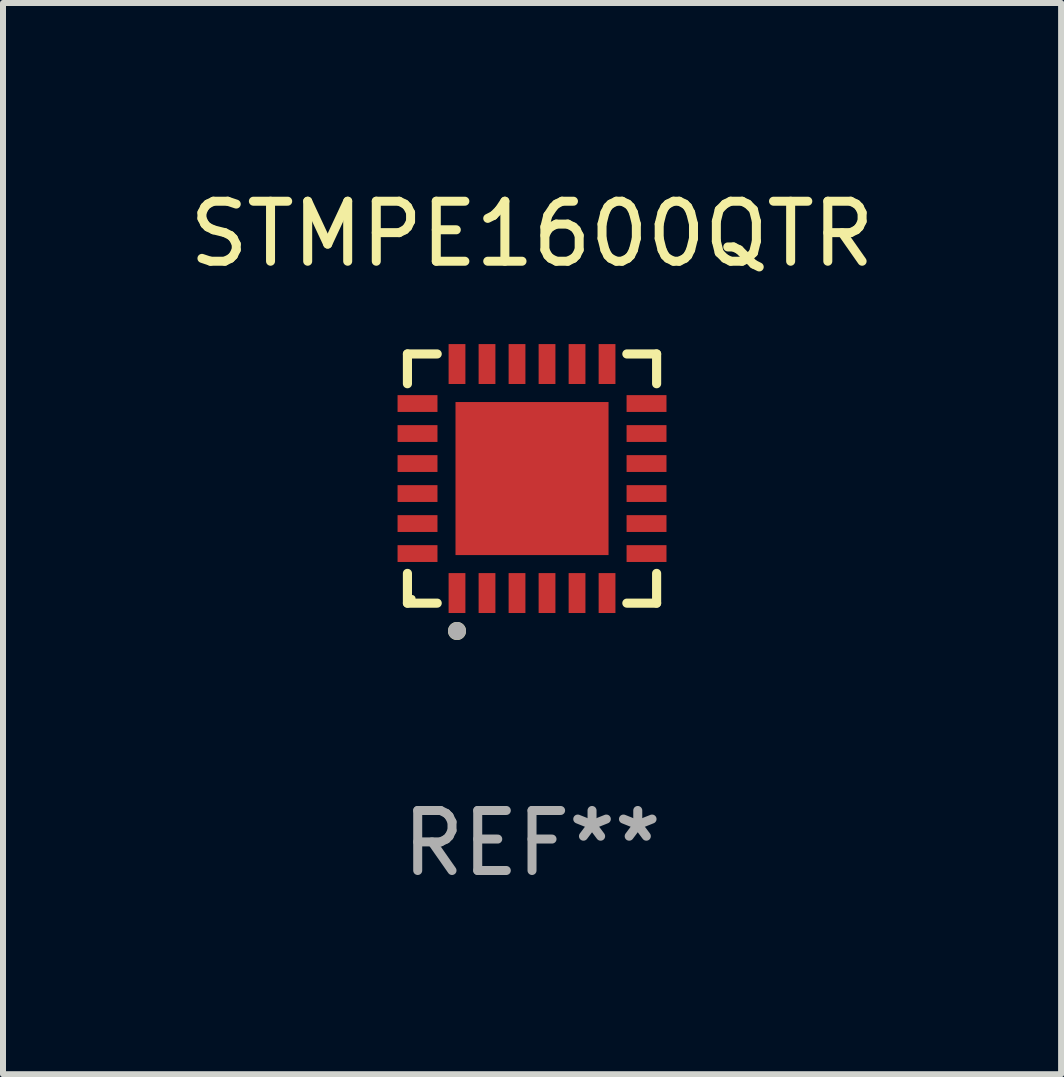
<source format=kicad_pcb>
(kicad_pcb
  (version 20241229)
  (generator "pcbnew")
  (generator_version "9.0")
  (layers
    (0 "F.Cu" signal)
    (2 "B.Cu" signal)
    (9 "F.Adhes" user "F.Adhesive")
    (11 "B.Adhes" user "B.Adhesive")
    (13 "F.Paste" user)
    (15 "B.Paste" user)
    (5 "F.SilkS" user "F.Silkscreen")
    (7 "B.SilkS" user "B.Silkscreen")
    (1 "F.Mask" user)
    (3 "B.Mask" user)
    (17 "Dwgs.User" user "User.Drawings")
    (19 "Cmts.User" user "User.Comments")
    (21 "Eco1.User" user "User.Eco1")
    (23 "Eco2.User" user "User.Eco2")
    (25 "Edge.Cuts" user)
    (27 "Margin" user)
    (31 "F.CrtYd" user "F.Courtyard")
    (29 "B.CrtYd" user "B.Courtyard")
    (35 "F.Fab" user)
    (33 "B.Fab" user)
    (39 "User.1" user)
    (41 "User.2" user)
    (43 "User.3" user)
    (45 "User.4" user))
  (footprint "STMPE1600QTR"
    (layer "F.Cu")
    (at 5.815 4.924)
    (property "Reference" "STMPE1600QTR" (at 0 -4.076 0) (layer "F.SilkS") (effects (font (size 1 1) (thickness 0.15))))
    (attr through_hole)
    (fp_line (start -2.076 -2.076) (end -1.58 -2.076) (stroke (width 0.152) (type solid)) (layer "F.SilkS"))
    (fp_line (start -2.076 -1.58) (end -2.076 -2.076) (stroke (width 0.152) (type solid)) (layer "F.SilkS"))
    (fp_line (start -2.076 1.58) (end -2.076 2.076) (stroke (width 0.152) (type solid)) (layer "F.SilkS"))
    (fp_line (start -2.076 2.076) (end -1.58 2.076) (stroke (width 0.152) (type solid)) (layer "F.SilkS"))
    (fp_line (start 2.076 -2.076) (end 1.58 -2.076) (stroke (width 0.152) (type solid)) (layer "F.SilkS"))
    (fp_line (start 2.076 -1.58) (end 2.076 -2.076) (stroke (width 0.152) (type solid)) (layer "F.SilkS"))
    (fp_line (start 2.076 1.58) (end 2.076 2.076) (stroke (width 0.152) (type solid)) (layer "F.SilkS"))
    (fp_line (start 2.076 2.076) (end 1.58 2.076) (stroke (width 0.152) (type solid)) (layer "F.SilkS"))
    (fp_circle (center -2 2) (end -1.97 2) (stroke (width 0.06) (type solid)) (fill no) (layer "F.SilkS"))
    (fp_circle (center -1.25 2.54) (end -1.175 2.54) (stroke (width 0.15) (type solid)) (fill no) (layer "F.SilkS"))
    (fp_circle (center -1.25 2.54) (end -1.175 2.54) (stroke (width 0.15) (type solid)) (fill no) (layer "F.Fab"))
    (fp_text user "REF**" (at 0 6.076 0) (layer "F.Fab") (effects (font (size 1 1) (thickness 0.15))))
    (pad "1" smd rect (at -1.25 1.908) (size 0.28 0.665) (layers "F.Cu" "F.Mask" "F.Paste"))
    (pad "2" smd rect (at -0.75 1.908) (size 0.28 0.665) (layers "F.Cu" "F.Mask" "F.Paste"))
    (pad "3" smd rect (at -0.25 1.908) (size 0.28 0.665) (layers "F.Cu" "F.Mask" "F.Paste"))
    (pad "4" smd rect (at 0.25 1.908) (size 0.28 0.665) (layers "F.Cu" "F.Mask" "F.Paste"))
    (pad "5" smd rect (at 0.75 1.908) (size 0.28 0.665) (layers "F.Cu" "F.Mask" "F.Paste"))
    (pad "6" smd rect (at 1.25 1.908) (size 0.28 0.665) (layers "F.Cu" "F.Mask" "F.Paste"))
    (pad "7" smd rect (at 1.908 1.25) (size 0.665 0.28) (layers "F.Cu" "F.Mask" "F.Paste"))
    (pad "8" smd rect (at 1.908 0.75) (size 0.665 0.28) (layers "F.Cu" "F.Mask" "F.Paste"))
    (pad "9" smd rect (at 1.908 0.25) (size 0.665 0.28) (layers "F.Cu" "F.Mask" "F.Paste"))
    (pad "10" smd rect (at 1.908 -0.25) (size 0.665 0.28) (layers "F.Cu" "F.Mask" "F.Paste"))
    (pad "11" smd rect (at 1.908 -0.75) (size 0.665 0.28) (layers "F.Cu" "F.Mask" "F.Paste"))
    (pad "12" smd rect (at 1.908 -1.25) (size 0.665 0.28) (layers "F.Cu" "F.Mask" "F.Paste"))
    (pad "13" smd rect (at 1.25 -1.908) (size 0.28 0.665) (layers "F.Cu" "F.Mask" "F.Paste"))
    (pad "14" smd rect (at 0.75 -1.908) (size 0.28 0.665) (layers "F.Cu" "F.Mask" "F.Paste"))
    (pad "15" smd rect (at 0.25 -1.908) (size 0.28 0.665) (layers "F.Cu" "F.Mask" "F.Paste"))
    (pad "16" smd rect (at -0.25 -1.908) (size 0.28 0.665) (layers "F.Cu" "F.Mask" "F.Paste"))
    (pad "17" smd rect (at -0.75 -1.908) (size 0.28 0.665) (layers "F.Cu" "F.Mask" "F.Paste"))
    (pad "18" smd rect (at -1.25 -1.908) (size 0.28 0.665) (layers "F.Cu" "F.Mask" "F.Paste"))
    (pad "19" smd rect (at -1.908 -1.25) (size 0.665 0.28) (layers "F.Cu" "F.Mask" "F.Paste"))
    (pad "20" smd rect (at -1.908 -0.75) (size 0.665 0.28) (layers "F.Cu" "F.Mask" "F.Paste"))
    (pad "21" smd rect (at -1.908 -0.25) (size 0.665 0.28) (layers "F.Cu" "F.Mask" "F.Paste"))
    (pad "22" smd rect (at -1.908 0.25) (size 0.665 0.28) (layers "F.Cu" "F.Mask" "F.Paste"))
    (pad "23" smd rect (at -1.908 0.75) (size 0.665 0.28) (layers "F.Cu" "F.Mask" "F.Paste"))
    (pad "24" smd rect (at -1.908 1.25) (size 0.665 0.28) (layers "F.Cu" "F.Mask" "F.Paste"))
    (pad "25" smd rect (at 0 0) (size 2.55 2.55) (layers "F.Cu" "F.Mask" "F.Paste")))
  (gr_rect
    (start -3 -3)
    (end 14.631 14.849)
    (stroke (width 0.1) (type default))
    (fill no)
    (layer "Edge.Cuts")))
</source>
